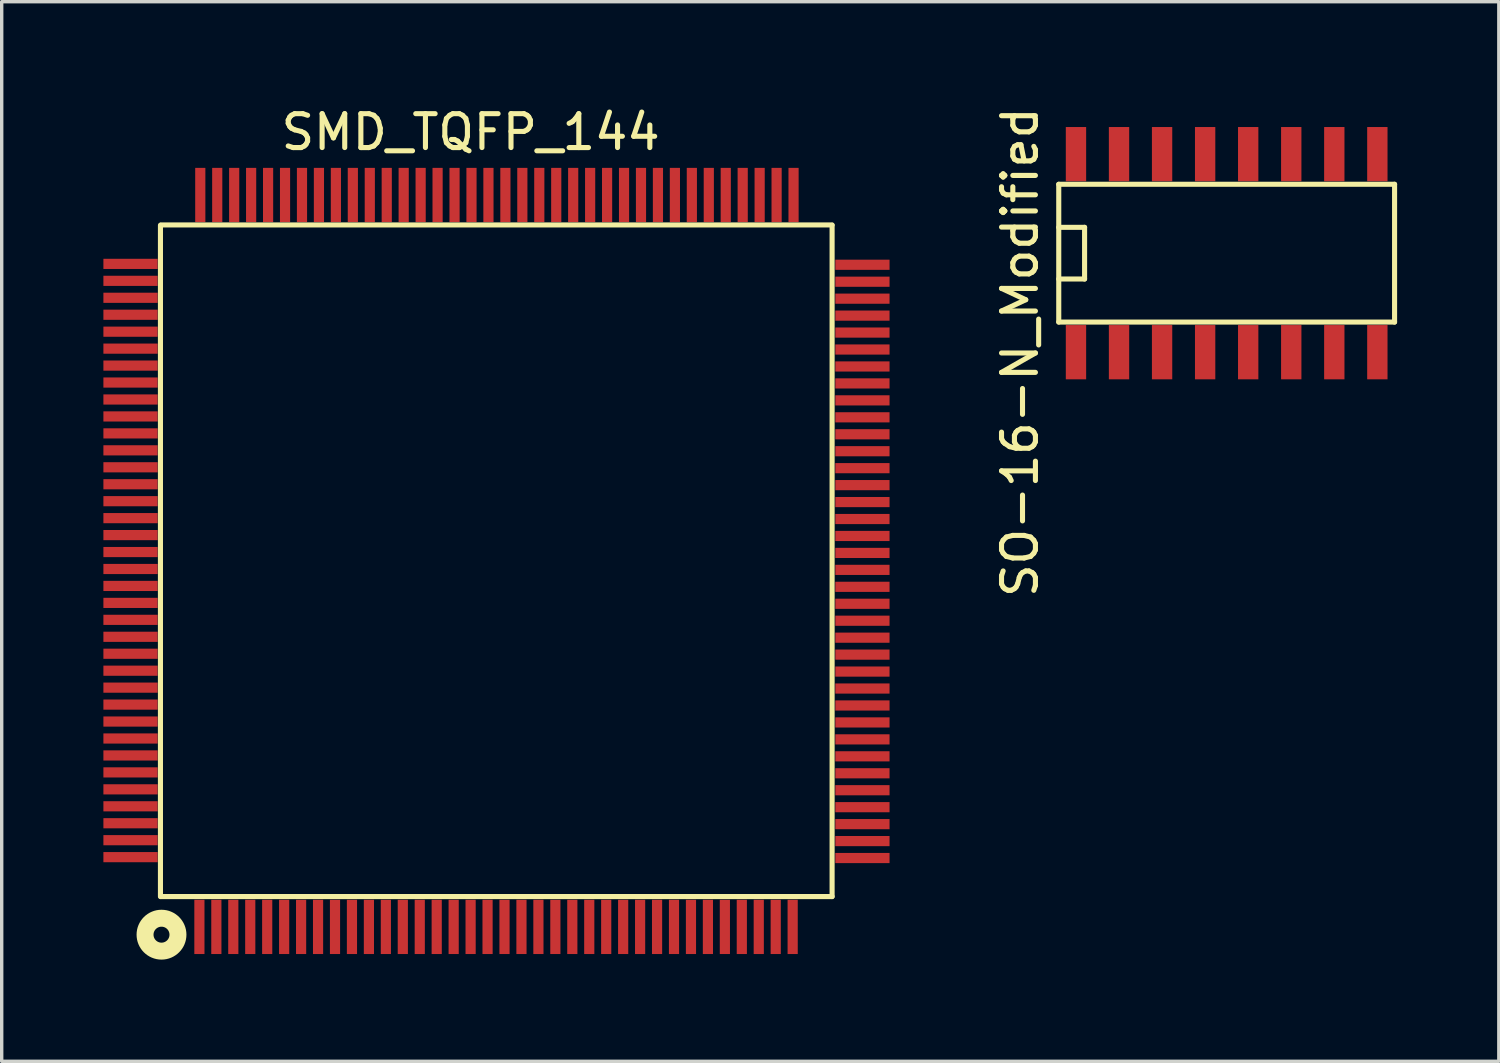
<source format=kicad_pcb>
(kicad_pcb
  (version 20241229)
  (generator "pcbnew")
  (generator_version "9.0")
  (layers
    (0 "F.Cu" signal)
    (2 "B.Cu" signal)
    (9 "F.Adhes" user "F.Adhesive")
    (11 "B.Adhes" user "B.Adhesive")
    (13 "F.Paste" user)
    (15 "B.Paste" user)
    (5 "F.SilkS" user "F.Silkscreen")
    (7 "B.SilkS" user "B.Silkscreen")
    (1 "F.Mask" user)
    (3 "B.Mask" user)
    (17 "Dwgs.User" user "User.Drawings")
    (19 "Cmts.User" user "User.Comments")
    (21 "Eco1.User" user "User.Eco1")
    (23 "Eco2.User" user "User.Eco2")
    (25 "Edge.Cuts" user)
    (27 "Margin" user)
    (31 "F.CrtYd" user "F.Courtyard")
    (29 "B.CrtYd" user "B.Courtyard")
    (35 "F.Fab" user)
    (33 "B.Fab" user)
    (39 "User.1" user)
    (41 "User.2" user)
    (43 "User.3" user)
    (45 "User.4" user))
  (footprint "SO-16-N_Modified"
    (layer "F.Cu")
    (at 33.134 4.418)
    (property "Reference" "SO-16-N_Modified" (at -6.096 2.921 90) (layer "F.SilkS") (effects (font (size 1 1) (thickness 0.15))))
    (attr smd)
    (fp_line (start -4.953 -2.032) (end 4.953 -2.032) (stroke (width 0.15) (type solid)) (layer "F.SilkS"))
    (fp_line (start -4.953 -0.762) (end -4.191 -0.762) (stroke (width 0.15) (type solid)) (layer "F.SilkS"))
    (fp_line (start -4.953 2.032) (end -4.953 -2.032) (stroke (width 0.15) (type solid)) (layer "F.SilkS"))
    (fp_line (start -4.191 -0.762) (end -4.191 0.762) (stroke (width 0.15) (type solid)) (layer "F.SilkS"))
    (fp_line (start -4.191 0.762) (end -4.953 0.762) (stroke (width 0.15) (type solid)) (layer "F.SilkS"))
    (fp_line (start 4.953 -2.032) (end 4.953 2.032) (stroke (width 0.15) (type solid)) (layer "F.SilkS"))
    (fp_line (start 4.953 2.032) (end -4.953 2.032) (stroke (width 0.15) (type solid)) (layer "F.SilkS"))
    (pad "1" smd rect (at -4.445 2.921) (size 0.6 1.6) (layers "F.Cu" "F.Mask" "F.Paste"))
    (pad "2" smd rect (at -3.175 2.921) (size 0.6 1.6) (layers "F.Cu" "F.Mask" "F.Paste"))
    (pad "3" smd rect (at -1.905 2.921) (size 0.6 1.6) (layers "F.Cu" "F.Mask" "F.Paste"))
    (pad "4" smd rect (at -0.635 2.921) (size 0.6 1.6) (layers "F.Cu" "F.Mask" "F.Paste"))
    (pad "5" smd rect (at 0.635 2.921) (size 0.6 1.6) (layers "F.Cu" "F.Mask" "F.Paste"))
    (pad "6" smd rect (at 1.905 2.921) (size 0.6 1.6) (layers "F.Cu" "F.Mask" "F.Paste"))
    (pad "7" smd rect (at 3.175 2.921) (size 0.6 1.6) (layers "F.Cu" "F.Mask" "F.Paste"))
    (pad "8" smd rect (at 4.445 2.921) (size 0.6 1.6) (layers "F.Cu" "F.Mask" "F.Paste"))
    (pad "9" smd rect (at 4.445 -2.921) (size 0.6 1.6) (layers "F.Cu" "F.Mask" "F.Paste"))
    (pad "10" smd rect (at 3.175 -2.921) (size 0.6 1.6) (layers "F.Cu" "F.Mask" "F.Paste"))
    (pad "11" smd rect (at 1.905 -2.921) (size 0.6 1.6) (layers "F.Cu" "F.Mask" "F.Paste"))
    (pad "12" smd rect (at 0.635 -2.921) (size 0.6 1.6) (layers "F.Cu" "F.Mask" "F.Paste"))
    (pad "13" smd rect (at -0.635 -2.921) (size 0.6 1.6) (layers "F.Cu" "F.Mask" "F.Paste"))
    (pad "14" smd rect (at -1.905 -2.921) (size 0.6 1.6) (layers "F.Cu" "F.Mask" "F.Paste"))
    (pad "15" smd rect (at -3.175 -2.921) (size 0.6 1.6) (layers "F.Cu" "F.Mask" "F.Paste"))
    (pad "16" smd rect (at -4.445 -2.921) (size 0.6 1.6) (layers "F.Cu" "F.Mask" "F.Paste")))
  (footprint "SMD_TQFP_144"
    (layer "F.Cu")
    (at 11.595 13.497)
    (property "Reference" "SMD_TQFP_144" (at -0.762 -12.649 0) (layer "F.SilkS") (effects (font (size 1 1) (thickness 0.15))))
    (attr through_hole)
    (fp_line (start -9.912 9.9) (end -9.912 -9.9) (stroke (width 0.15) (type solid)) (layer "F.SilkS"))
    (fp_line (start -9.9 -9.912) (end 9.9 -9.912) (stroke (width 0.15) (type solid)) (layer "F.SilkS"))
    (fp_line (start -9.9 9.9) (end 9.9 9.9) (stroke (width 0.15) (type solid)) (layer "F.SilkS"))
    (fp_line (start 9.9 9.9) (end 9.9 -9.9) (stroke (width 0.15) (type solid)) (layer "F.SilkS"))
    (fp_circle (center -9.881 11.024) (end -9.55 11.379) (stroke (width 0.5) (type solid)) (fill no) (layer "F.SilkS"))
    (pad "1" smd rect (at -8.763 10.795) (size 0.3 1.6) (layers "F.Cu" "F.Mask" "F.Paste"))
    (pad "2" smd rect (at -8.263 10.795) (size 0.3 1.6) (layers "F.Cu" "F.Mask" "F.Paste"))
    (pad "3" smd rect (at -7.763 10.795) (size 0.3 1.6) (layers "F.Cu" "F.Mask" "F.Paste"))
    (pad "4" smd rect (at -7.263 10.795) (size 0.3 1.6) (layers "F.Cu" "F.Mask" "F.Paste"))
    (pad "5" smd rect (at -6.763 10.795) (size 0.3 1.6) (layers "F.Cu" "F.Mask" "F.Paste"))
    (pad "6" smd rect (at -6.263 10.795) (size 0.3 1.6) (layers "F.Cu" "F.Mask" "F.Paste"))
    (pad "7" smd rect (at -5.763 10.795) (size 0.3 1.6) (layers "F.Cu" "F.Mask" "F.Paste"))
    (pad "8" smd rect (at -5.263 10.795) (size 0.3 1.6) (layers "F.Cu" "F.Mask" "F.Paste"))
    (pad "9" smd rect (at -4.763 10.795) (size 0.3 1.6) (layers "F.Cu" "F.Mask" "F.Paste"))
    (pad "10" smd rect (at -4.263 10.795) (size 0.3 1.6) (layers "F.Cu" "F.Mask" "F.Paste"))
    (pad "11" smd rect (at -3.763 10.795) (size 0.3 1.6) (layers "F.Cu" "F.Mask" "F.Paste"))
    (pad "12" smd rect (at -3.263 10.795) (size 0.3 1.6) (layers "F.Cu" "F.Mask" "F.Paste"))
    (pad "13" smd rect (at -2.763 10.795) (size 0.3 1.6) (layers "F.Cu" "F.Mask" "F.Paste"))
    (pad "14" smd rect (at -2.263 10.795) (size 0.3 1.6) (layers "F.Cu" "F.Mask" "F.Paste"))
    (pad "15" smd rect (at -1.763 10.795) (size 0.3 1.6) (layers "F.Cu" "F.Mask" "F.Paste"))
    (pad "16" smd rect (at -1.263 10.795) (size 0.3 1.6) (layers "F.Cu" "F.Mask" "F.Paste"))
    (pad "17" smd rect (at -0.763 10.795) (size 0.3 1.6) (layers "F.Cu" "F.Mask" "F.Paste"))
    (pad "18" smd rect (at -0.263 10.795) (size 0.3 1.6) (layers "F.Cu" "F.Mask" "F.Paste"))
    (pad "19" smd rect (at 0.237 10.795) (size 0.3 1.6) (layers "F.Cu" "F.Mask" "F.Paste"))
    (pad "20" smd rect (at 0.737 10.795) (size 0.3 1.6) (layers "F.Cu" "F.Mask" "F.Paste"))
    (pad "21" smd rect (at 1.237 10.795) (size 0.3 1.6) (layers "F.Cu" "F.Mask" "F.Paste"))
    (pad "22" smd rect (at 1.737 10.795) (size 0.3 1.6) (layers "F.Cu" "F.Mask" "F.Paste"))
    (pad "23" smd rect (at 2.237 10.795) (size 0.3 1.6) (layers "F.Cu" "F.Mask" "F.Paste"))
    (pad "24" smd rect (at 2.737 10.795) (size 0.3 1.6) (layers "F.Cu" "F.Mask" "F.Paste"))
    (pad "25" smd rect (at 3.237 10.795) (size 0.3 1.6) (layers "F.Cu" "F.Mask" "F.Paste"))
    (pad "26" smd rect (at 3.737 10.795) (size 0.3 1.6) (layers "F.Cu" "F.Mask" "F.Paste"))
    (pad "27" smd rect (at 4.237 10.795) (size 0.3 1.6) (layers "F.Cu" "F.Mask" "F.Paste"))
    (pad "28" smd rect (at 4.737 10.795) (size 0.3 1.6) (layers "F.Cu" "F.Mask" "F.Paste"))
    (pad "29" smd rect (at 5.237 10.795) (size 0.3 1.6) (layers "F.Cu" "F.Mask" "F.Paste"))
    (pad "30" smd rect (at 5.737 10.795) (size 0.3 1.6) (layers "F.Cu" "F.Mask" "F.Paste"))
    (pad "31" smd rect (at 6.237 10.795) (size 0.3 1.6) (layers "F.Cu" "F.Mask" "F.Paste"))
    (pad "32" smd rect (at 6.737 10.795) (size 0.3 1.6) (layers "F.Cu" "F.Mask" "F.Paste"))
    (pad "33" smd rect (at 7.237 10.795) (size 0.3 1.6) (layers "F.Cu" "F.Mask" "F.Paste"))
    (pad "34" smd rect (at 7.737 10.795) (size 0.3 1.6) (layers "F.Cu" "F.Mask" "F.Paste"))
    (pad "35" smd rect (at 8.237 10.795) (size 0.3 1.6) (layers "F.Cu" "F.Mask" "F.Paste"))
    (pad "36" smd rect (at 8.737 10.795) (size 0.3 1.6) (layers "F.Cu" "F.Mask" "F.Paste"))
    (pad "37" smd rect (at 10.795 8.763 90) (size 0.3 1.6) (layers "F.Cu" "F.Mask" "F.Paste"))
    (pad "38" smd rect (at 10.795 8.263 90) (size 0.3 1.6) (layers "F.Cu" "F.Mask" "F.Paste"))
    (pad "39" smd rect (at 10.795 7.763 90) (size 0.3 1.6) (layers "F.Cu" "F.Mask" "F.Paste"))
    (pad "40" smd rect (at 10.795 7.263 90) (size 0.3 1.6) (layers "F.Cu" "F.Mask" "F.Paste"))
    (pad "41" smd rect (at 10.795 6.763 90) (size 0.3 1.6) (layers "F.Cu" "F.Mask" "F.Paste"))
    (pad "42" smd rect (at 10.795 6.263 90) (size 0.3 1.6) (layers "F.Cu" "F.Mask" "F.Paste"))
    (pad "43" smd rect (at 10.795 5.763 90) (size 0.3 1.6) (layers "F.Cu" "F.Mask" "F.Paste"))
    (pad "44" smd rect (at 10.795 5.263 90) (size 0.3 1.6) (layers "F.Cu" "F.Mask" "F.Paste"))
    (pad "45" smd rect (at 10.795 4.763 90) (size 0.3 1.6) (layers "F.Cu" "F.Mask" "F.Paste"))
    (pad "46" smd rect (at 10.795 4.263 90) (size 0.3 1.6) (layers "F.Cu" "F.Mask" "F.Paste"))
    (pad "47" smd rect (at 10.795 3.763 90) (size 0.3 1.6) (layers "F.Cu" "F.Mask" "F.Paste"))
    (pad "48" smd rect (at 10.795 3.263 90) (size 0.3 1.6) (layers "F.Cu" "F.Mask" "F.Paste"))
    (pad "49" smd rect (at 10.795 2.763 90) (size 0.3 1.6) (layers "F.Cu" "F.Mask" "F.Paste"))
    (pad "50" smd rect (at 10.795 2.263 90) (size 0.3 1.6) (layers "F.Cu" "F.Mask" "F.Paste"))
    (pad "51" smd rect (at 10.795 1.763 90) (size 0.3 1.6) (layers "F.Cu" "F.Mask" "F.Paste"))
    (pad "52" smd rect (at 10.795 1.263 90) (size 0.3 1.6) (layers "F.Cu" "F.Mask" "F.Paste"))
    (pad "53" smd rect (at 10.795 0.763 90) (size 0.3 1.6) (layers "F.Cu" "F.Mask" "F.Paste"))
    (pad "54" smd rect (at 10.795 0.263 90) (size 0.3 1.6) (layers "F.Cu" "F.Mask" "F.Paste"))
    (pad "55" smd rect (at 10.795 -0.237 90) (size 0.3 1.6) (layers "F.Cu" "F.Mask" "F.Paste"))
    (pad "56" smd rect (at 10.795 -0.737 90) (size 0.3 1.6) (layers "F.Cu" "F.Mask" "F.Paste"))
    (pad "57" smd rect (at 10.795 -1.237 90) (size 0.3 1.6) (layers "F.Cu" "F.Mask" "F.Paste"))
    (pad "58" smd rect (at 10.795 -1.737 90) (size 0.3 1.6) (layers "F.Cu" "F.Mask" "F.Paste"))
    (pad "59" smd rect (at 10.795 -2.237 90) (size 0.3 1.6) (layers "F.Cu" "F.Mask" "F.Paste"))
    (pad "60" smd rect (at 10.795 -2.737 90) (size 0.3 1.6) (layers "F.Cu" "F.Mask" "F.Paste"))
    (pad "61" smd rect (at 10.795 -3.237 90) (size 0.3 1.6) (layers "F.Cu" "F.Mask" "F.Paste"))
    (pad "62" smd rect (at 10.795 -3.737 90) (size 0.3 1.6) (layers "F.Cu" "F.Mask" "F.Paste"))
    (pad "63" smd rect (at 10.795 -4.237 90) (size 0.3 1.6) (layers "F.Cu" "F.Mask" "F.Paste"))
    (pad "64" smd rect (at 10.795 -4.737 90) (size 0.3 1.6) (layers "F.Cu" "F.Mask" "F.Paste"))
    (pad "65" smd rect (at 10.795 -5.237 90) (size 0.3 1.6) (layers "F.Cu" "F.Mask" "F.Paste"))
    (pad "66" smd rect (at 10.795 -5.737 90) (size 0.3 1.6) (layers "F.Cu" "F.Mask" "F.Paste"))
    (pad "67" smd rect (at 10.795 -6.237 90) (size 0.3 1.6) (layers "F.Cu" "F.Mask" "F.Paste"))
    (pad "68" smd rect (at 10.795 -6.737 90) (size 0.3 1.6) (layers "F.Cu" "F.Mask" "F.Paste"))
    (pad "69" smd rect (at 10.795 -7.237 90) (size 0.3 1.6) (layers "F.Cu" "F.Mask" "F.Paste"))
    (pad "70" smd rect (at 10.795 -7.737 90) (size 0.3 1.6) (layers "F.Cu" "F.Mask" "F.Paste"))
    (pad "71" smd rect (at 10.795 -8.237 90) (size 0.3 1.6) (layers "F.Cu" "F.Mask" "F.Paste"))
    (pad "72" smd rect (at 10.795 -8.737 90) (size 0.3 1.6) (layers "F.Cu" "F.Mask" "F.Paste"))
    (pad "73" smd rect (at 8.763 -10.795 180) (size 0.3 1.6) (layers "F.Cu" "F.Mask" "F.Paste"))
    (pad "74" smd rect (at 8.263 -10.795 180) (size 0.3 1.6) (layers "F.Cu" "F.Mask" "F.Paste"))
    (pad "75" smd rect (at 7.763 -10.795 180) (size 0.3 1.6) (layers "F.Cu" "F.Mask" "F.Paste"))
    (pad "76" smd rect (at 7.263 -10.795 180) (size 0.3 1.6) (layers "F.Cu" "F.Mask" "F.Paste"))
    (pad "77" smd rect (at 6.763 -10.795 180) (size 0.3 1.6) (layers "F.Cu" "F.Mask" "F.Paste"))
    (pad "78" smd rect (at 6.263 -10.795 180) (size 0.3 1.6) (layers "F.Cu" "F.Mask" "F.Paste"))
    (pad "79" smd rect (at 5.763 -10.795 180) (size 0.3 1.6) (layers "F.Cu" "F.Mask" "F.Paste"))
    (pad "80" smd rect (at 5.263 -10.795 180) (size 0.3 1.6) (layers "F.Cu" "F.Mask" "F.Paste"))
    (pad "81" smd rect (at 4.763 -10.795 180) (size 0.3 1.6) (layers "F.Cu" "F.Mask" "F.Paste"))
    (pad "82" smd rect (at 4.263 -10.795 180) (size 0.3 1.6) (layers "F.Cu" "F.Mask" "F.Paste"))
    (pad "83" smd rect (at 3.763 -10.795 180) (size 0.3 1.6) (layers "F.Cu" "F.Mask" "F.Paste"))
    (pad "84" smd rect (at 3.263 -10.795 180) (size 0.3 1.6) (layers "F.Cu" "F.Mask" "F.Paste"))
    (pad "85" smd rect (at 2.763 -10.795 180) (size 0.3 1.6) (layers "F.Cu" "F.Mask" "F.Paste"))
    (pad "86" smd rect (at 2.263 -10.795 180) (size 0.3 1.6) (layers "F.Cu" "F.Mask" "F.Paste"))
    (pad "87" smd rect (at 1.763 -10.795 180) (size 0.3 1.6) (layers "F.Cu" "F.Mask" "F.Paste"))
    (pad "88" smd rect (at 1.263 -10.795 180) (size 0.3 1.6) (layers "F.Cu" "F.Mask" "F.Paste"))
    (pad "89" smd rect (at 0.763 -10.795 180) (size 0.3 1.6) (layers "F.Cu" "F.Mask" "F.Paste"))
    (pad "90" smd rect (at 0.263 -10.795 180) (size 0.3 1.6) (layers "F.Cu" "F.Mask" "F.Paste"))
    (pad "91" smd rect (at -0.237 -10.795 180) (size 0.3 1.6) (layers "F.Cu" "F.Mask" "F.Paste"))
    (pad "92" smd rect (at -0.737 -10.795 180) (size 0.3 1.6) (layers "F.Cu" "F.Mask" "F.Paste"))
    (pad "93" smd rect (at -1.237 -10.795 180) (size 0.3 1.6) (layers "F.Cu" "F.Mask" "F.Paste"))
    (pad "94" smd rect (at -1.737 -10.795 180) (size 0.3 1.6) (layers "F.Cu" "F.Mask" "F.Paste"))
    (pad "95" smd rect (at -2.237 -10.795 180) (size 0.3 1.6) (layers "F.Cu" "F.Mask" "F.Paste"))
    (pad "96" smd rect (at -2.737 -10.795 180) (size 0.3 1.6) (layers "F.Cu" "F.Mask" "F.Paste"))
    (pad "97" smd rect (at -3.237 -10.795 180) (size 0.3 1.6) (layers "F.Cu" "F.Mask" "F.Paste"))
    (pad "98" smd rect (at -3.737 -10.795 180) (size 0.3 1.6) (layers "F.Cu" "F.Mask" "F.Paste"))
    (pad "99" smd rect (at -4.237 -10.795 180) (size 0.3 1.6) (layers "F.Cu" "F.Mask" "F.Paste"))
    (pad "100" smd rect (at -4.737 -10.795 180) (size 0.3 1.6) (layers "F.Cu" "F.Mask" "F.Paste"))
    (pad "101" smd rect (at -5.237 -10.795 180) (size 0.3 1.6) (layers "F.Cu" "F.Mask" "F.Paste"))
    (pad "102" smd rect (at -5.737 -10.795 180) (size 0.3 1.6) (layers "F.Cu" "F.Mask" "F.Paste"))
    (pad "103" smd rect (at -6.237 -10.795 180) (size 0.3 1.6) (layers "F.Cu" "F.Mask" "F.Paste"))
    (pad "104" smd rect (at -6.737 -10.795 180) (size 0.3 1.6) (layers "F.Cu" "F.Mask" "F.Paste"))
    (pad "105" smd rect (at -7.237 -10.795 180) (size 0.3 1.6) (layers "F.Cu" "F.Mask" "F.Paste"))
    (pad "106" smd rect (at -7.737 -10.795 180) (size 0.3 1.6) (layers "F.Cu" "F.Mask" "F.Paste"))
    (pad "107" smd rect (at -8.237 -10.795 180) (size 0.3 1.6) (layers "F.Cu" "F.Mask" "F.Paste"))
    (pad "108" smd rect (at -8.737 -10.795 180) (size 0.3 1.6) (layers "F.Cu" "F.Mask" "F.Paste"))
    (pad "109" smd rect (at -10.795 -8.763 270) (size 0.3 1.6) (layers "F.Cu" "F.Mask" "F.Paste"))
    (pad "110" smd rect (at -10.795 -8.263 270) (size 0.3 1.6) (layers "F.Cu" "F.Mask" "F.Paste"))
    (pad "111" smd rect (at -10.795 -7.763 270) (size 0.3 1.6) (layers "F.Cu" "F.Mask" "F.Paste"))
    (pad "112" smd rect (at -10.795 -7.263 270) (size 0.3 1.6) (layers "F.Cu" "F.Mask" "F.Paste"))
    (pad "113" smd rect (at -10.795 -6.763 270) (size 0.3 1.6) (layers "F.Cu" "F.Mask" "F.Paste"))
    (pad "114" smd rect (at -10.795 -6.263 270) (size 0.3 1.6) (layers "F.Cu" "F.Mask" "F.Paste"))
    (pad "115" smd rect (at -10.795 -5.763 270) (size 0.3 1.6) (layers "F.Cu" "F.Mask" "F.Paste"))
    (pad "116" smd rect (at -10.795 -5.263 270) (size 0.3 1.6) (layers "F.Cu" "F.Mask" "F.Paste"))
    (pad "117" smd rect (at -10.795 -4.763 270) (size 0.3 1.6) (layers "F.Cu" "F.Mask" "F.Paste"))
    (pad "118" smd rect (at -10.795 -4.263 270) (size 0.3 1.6) (layers "F.Cu" "F.Mask" "F.Paste"))
    (pad "119" smd rect (at -10.795 -3.763 270) (size 0.3 1.6) (layers "F.Cu" "F.Mask" "F.Paste"))
    (pad "120" smd rect (at -10.795 -3.263 270) (size 0.3 1.6) (layers "F.Cu" "F.Mask" "F.Paste"))
    (pad "121" smd rect (at -10.795 -2.763 270) (size 0.3 1.6) (layers "F.Cu" "F.Mask" "F.Paste"))
    (pad "122" smd rect (at -10.795 -2.263 270) (size 0.3 1.6) (layers "F.Cu" "F.Mask" "F.Paste"))
    (pad "123" smd rect (at -10.795 -1.763 270) (size 0.3 1.6) (layers "F.Cu" "F.Mask" "F.Paste"))
    (pad "124" smd rect (at -10.795 -1.263 270) (size 0.3 1.6) (layers "F.Cu" "F.Mask" "F.Paste"))
    (pad "125" smd rect (at -10.795 -0.763 270) (size 0.3 1.6) (layers "F.Cu" "F.Mask" "F.Paste"))
    (pad "126" smd rect (at -10.795 -0.263 270) (size 0.3 1.6) (layers "F.Cu" "F.Mask" "F.Paste"))
    (pad "127" smd rect (at -10.795 0.237 270) (size 0.3 1.6) (layers "F.Cu" "F.Mask" "F.Paste"))
    (pad "128" smd rect (at -10.795 0.737 270) (size 0.3 1.6) (layers "F.Cu" "F.Mask" "F.Paste"))
    (pad "129" smd rect (at -10.795 1.237 270) (size 0.3 1.6) (layers "F.Cu" "F.Mask" "F.Paste"))
    (pad "130" smd rect (at -10.795 1.737 270) (size 0.3 1.6) (layers "F.Cu" "F.Mask" "F.Paste"))
    (pad "131" smd rect (at -10.795 2.237 270) (size 0.3 1.6) (layers "F.Cu" "F.Mask" "F.Paste"))
    (pad "132" smd rect (at -10.795 2.737 270) (size 0.3 1.6) (layers "F.Cu" "F.Mask" "F.Paste"))
    (pad "133" smd rect (at -10.795 3.237 270) (size 0.3 1.6) (layers "F.Cu" "F.Mask" "F.Paste"))
    (pad "134" smd rect (at -10.795 3.737 270) (size 0.3 1.6) (layers "F.Cu" "F.Mask" "F.Paste"))
    (pad "135" smd rect (at -10.795 4.237 270) (size 0.3 1.6) (layers "F.Cu" "F.Mask" "F.Paste"))
    (pad "136" smd rect (at -10.795 4.737 270) (size 0.3 1.6) (layers "F.Cu" "F.Mask" "F.Paste"))
    (pad "137" smd rect (at -10.795 5.237 270) (size 0.3 1.6) (layers "F.Cu" "F.Mask" "F.Paste"))
    (pad "138" smd rect (at -10.795 5.737 270) (size 0.3 1.6) (layers "F.Cu" "F.Mask" "F.Paste"))
    (pad "139" smd rect (at -10.795 6.237 270) (size 0.3 1.6) (layers "F.Cu" "F.Mask" "F.Paste"))
    (pad "140" smd rect (at -10.795 6.737 270) (size 0.3 1.6) (layers "F.Cu" "F.Mask" "F.Paste"))
    (pad "141" smd rect (at -10.795 7.237 270) (size 0.3 1.6) (layers "F.Cu" "F.Mask" "F.Paste"))
    (pad "142" smd rect (at -10.795 7.737 270) (size 0.3 1.6) (layers "F.Cu" "F.Mask" "F.Paste"))
    (pad "143" smd rect (at -10.795 8.237 270) (size 0.3 1.6) (layers "F.Cu" "F.Mask" "F.Paste"))
    (pad "144" smd rect (at -10.795 8.737 270) (size 0.3 1.6) (layers "F.Cu" "F.Mask" "F.Paste")))
  (gr_rect
    (start -3 -3)
    (end 41.162 28.256)
    (stroke (width 0.1) (type default))
    (fill no)
    (layer "Edge.Cuts")))
</source>
